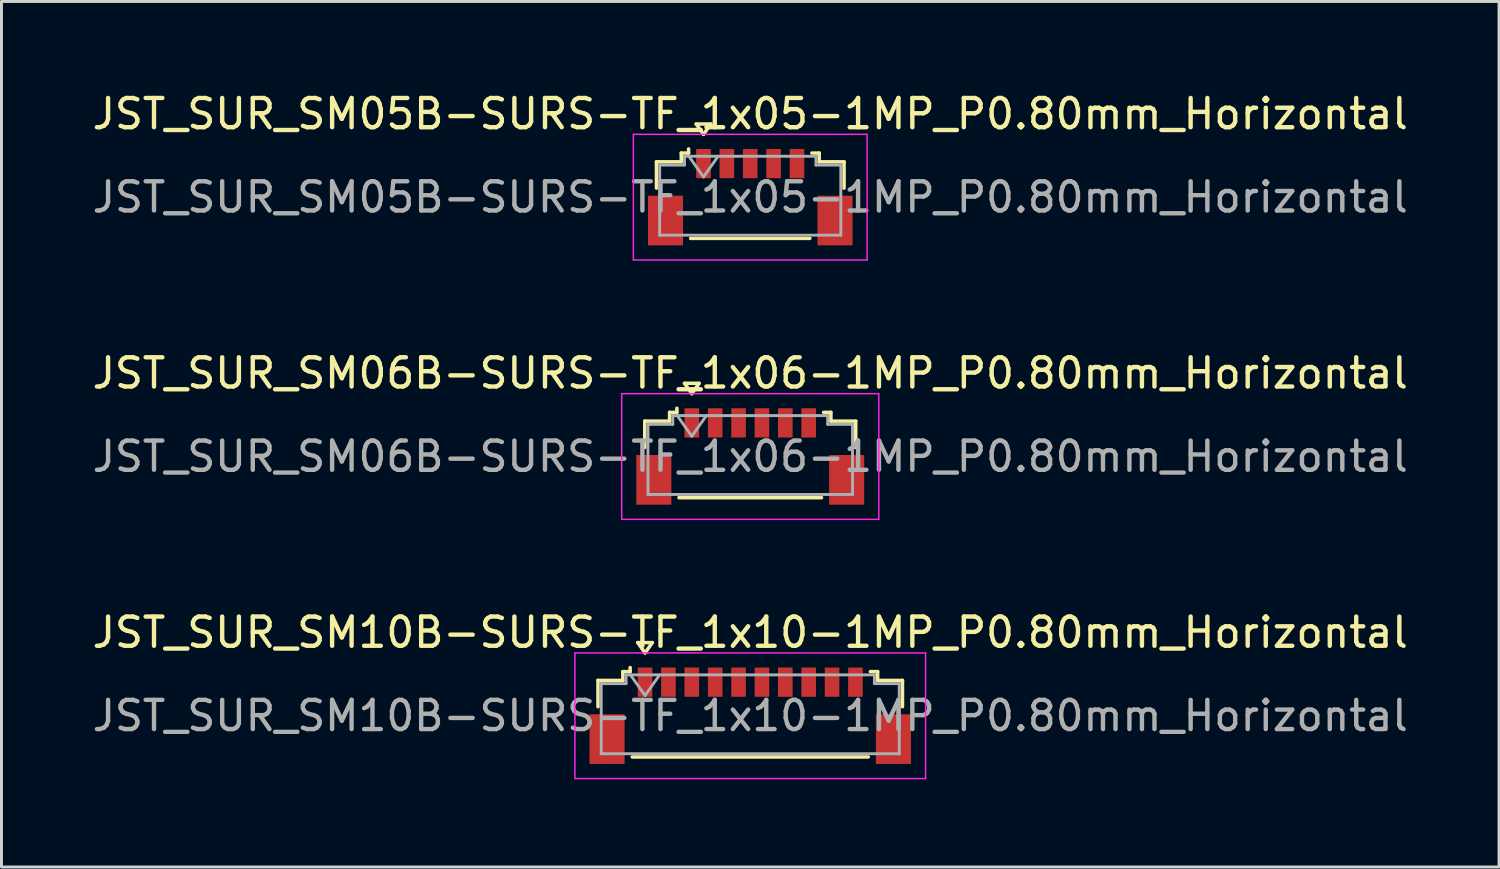
<source format=kicad_pcb>
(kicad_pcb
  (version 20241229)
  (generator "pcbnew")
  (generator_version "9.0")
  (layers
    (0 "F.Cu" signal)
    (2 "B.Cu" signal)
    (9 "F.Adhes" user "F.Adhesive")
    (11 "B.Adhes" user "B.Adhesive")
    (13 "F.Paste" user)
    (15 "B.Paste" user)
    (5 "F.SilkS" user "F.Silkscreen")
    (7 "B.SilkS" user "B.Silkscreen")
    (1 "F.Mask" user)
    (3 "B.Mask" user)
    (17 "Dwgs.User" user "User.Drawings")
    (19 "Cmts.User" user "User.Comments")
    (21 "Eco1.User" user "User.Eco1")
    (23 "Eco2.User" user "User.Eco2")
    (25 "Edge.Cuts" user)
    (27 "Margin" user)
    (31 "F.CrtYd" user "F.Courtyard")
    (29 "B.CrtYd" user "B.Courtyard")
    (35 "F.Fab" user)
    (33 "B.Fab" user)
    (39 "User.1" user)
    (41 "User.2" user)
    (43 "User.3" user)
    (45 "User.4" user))
  (footprint "JST_SUR_SM05B-SURS-TF_1x05-1MP_P0.80mm_Horizontal"
    (layer "F.Cu")
    (at 22.625 3.698)
    (property "Reference" "JST_SUR_SM05B-SURS-TF_1x05-1MP_P0.80mm_Horizontal" (at 0 -2.85 0) (layer "F.SilkS") (effects (font (size 1 1) (thickness 0.15))))
    (attr smd)
    (fp_line (start -3.21 -1.21) (end -2.36 -1.21) (stroke (width 0.12) (type solid)) (layer "F.SilkS"))
    (fp_line (start -3.21 -0.31) (end -3.21 -1.21) (stroke (width 0.12) (type solid)) (layer "F.SilkS"))
    (fp_line (start -2.36 -1.51) (end -2.11 -1.51) (stroke (width 0.12) (type solid)) (layer "F.SilkS"))
    (fp_line (start -2.36 -1.21) (end -2.36 -1.51) (stroke (width 0.12) (type solid)) (layer "F.SilkS"))
    (fp_line (start -2.11 -1.51) (end -2.11 -1.65) (stroke (width 0.12) (type solid)) (layer "F.SilkS"))
    (fp_line (start -2.04 1.41) (end 2.04 1.41) (stroke (width 0.12) (type solid)) (layer "F.SilkS"))
    (fp_line (start -1.85 -2.504) (end -1.6 -2.15) (stroke (width 0.12) (type solid)) (layer "F.SilkS"))
    (fp_line (start -1.6 -2.15) (end -1.35 -2.504) (stroke (width 0.12) (type solid)) (layer "F.SilkS"))
    (fp_line (start -1.35 -2.504) (end -1.85 -2.504) (stroke (width 0.12) (type solid)) (layer "F.SilkS"))
    (fp_line (start 2.36 -1.51) (end 2.11 -1.51) (stroke (width 0.12) (type solid)) (layer "F.SilkS"))
    (fp_line (start 2.36 -1.21) (end 2.36 -1.51) (stroke (width 0.12) (type solid)) (layer "F.SilkS"))
    (fp_line (start 3.21 -1.21) (end 2.36 -1.21) (stroke (width 0.12) (type solid)) (layer "F.SilkS"))
    (fp_line (start 3.21 -0.31) (end 3.21 -1.21) (stroke (width 0.12) (type solid)) (layer "F.SilkS"))
    (fp_line (start -4 -2.15) (end -4 2.15) (stroke (width 0.05) (type solid)) (layer "F.CrtYd"))
    (fp_line (start -4 2.15) (end 4 2.15) (stroke (width 0.05) (type solid)) (layer "F.CrtYd"))
    (fp_line (start 4 -2.15) (end -4 -2.15) (stroke (width 0.05) (type solid)) (layer "F.CrtYd"))
    (fp_line (start 4 2.15) (end 4 -2.15) (stroke (width 0.05) (type solid)) (layer "F.CrtYd"))
    (fp_line (start -3.1 -1.1) (end -3.1 1.3) (stroke (width 0.1) (type solid)) (layer "F.Fab"))
    (fp_line (start -3.1 -1.1) (end -2.25 -1.1) (stroke (width 0.1) (type solid)) (layer "F.Fab"))
    (fp_line (start -3.1 1.3) (end 3.1 1.3) (stroke (width 0.1) (type solid)) (layer "F.Fab"))
    (fp_line (start -2.25 -1.4) (end 2.25 -1.4) (stroke (width 0.1) (type solid)) (layer "F.Fab"))
    (fp_line (start -2.25 -1.1) (end -2.25 -1.4) (stroke (width 0.1) (type solid)) (layer "F.Fab"))
    (fp_line (start -2.1 -1.4) (end -1.6 -0.693) (stroke (width 0.1) (type solid)) (layer "F.Fab"))
    (fp_line (start -1.6 -0.693) (end -1.1 -1.4) (stroke (width 0.1) (type solid)) (layer "F.Fab"))
    (fp_line (start 2.25 -1.4) (end 2.25 -1.1) (stroke (width 0.1) (type solid)) (layer "F.Fab"))
    (fp_line (start 2.25 -1.1) (end 3.1 -1.1) (stroke (width 0.1) (type solid)) (layer "F.Fab"))
    (fp_line (start 3.1 -1.1) (end 3.1 1.3) (stroke (width 0.1) (type solid)) (layer "F.Fab"))
    (fp_text user "${REFERENCE}" (at 0 0 0) (layer "F.Fab") (effects (font (size 1 1) (thickness 0.15))))
    (pad "1" smd rect (at -1.6 -1.15) (size 0.5 1) (layers "F.Cu" "F.Mask" "F.Paste"))
    (pad "2" smd rect (at -0.8 -1.15) (size 0.5 1) (layers "F.Cu" "F.Mask" "F.Paste"))
    (pad "3" smd rect (at 0 -1.15) (size 0.5 1) (layers "F.Cu" "F.Mask" "F.Paste"))
    (pad "4" smd rect (at 0.8 -1.15) (size 0.5 1) (layers "F.Cu" "F.Mask" "F.Paste"))
    (pad "5" smd rect (at 1.6 -1.15) (size 0.5 1) (layers "F.Cu" "F.Mask" "F.Paste"))
    (pad "MP" smd rect (at -2.9 0.8) (size 1.2 1.7) (layers "F.Cu" "F.Mask" "F.Paste"))
    (pad "MP" smd rect (at 2.9 0.8) (size 1.2 1.7) (layers "F.Cu" "F.Mask" "F.Paste")))
  (footprint "JST_SUR_SM10B-SURS-TF_1x10-1MP_P0.80mm_Horizontal"
    (layer "F.Cu")
    (at 22.625 21.445)
    (property "Reference" "JST_SUR_SM10B-SURS-TF_1x10-1MP_P0.80mm_Horizontal" (at 0 -2.85 0) (layer "F.SilkS") (effects (font (size 1 1) (thickness 0.15))))
    (attr smd)
    (fp_line (start -5.21 -1.21) (end -4.36 -1.21) (stroke (width 0.12) (type solid)) (layer "F.SilkS"))
    (fp_line (start -5.21 -0.31) (end -5.21 -1.21) (stroke (width 0.12) (type solid)) (layer "F.SilkS"))
    (fp_line (start -4.36 -1.51) (end -4.11 -1.51) (stroke (width 0.12) (type solid)) (layer "F.SilkS"))
    (fp_line (start -4.36 -1.21) (end -4.36 -1.51) (stroke (width 0.12) (type solid)) (layer "F.SilkS"))
    (fp_line (start -4.11 -1.51) (end -4.11 -1.65) (stroke (width 0.12) (type solid)) (layer "F.SilkS"))
    (fp_line (start -4.04 1.41) (end 4.04 1.41) (stroke (width 0.12) (type solid)) (layer "F.SilkS"))
    (fp_line (start -3.85 -2.504) (end -3.6 -2.15) (stroke (width 0.12) (type solid)) (layer "F.SilkS"))
    (fp_line (start -3.6 -2.15) (end -3.35 -2.504) (stroke (width 0.12) (type solid)) (layer "F.SilkS"))
    (fp_line (start -3.35 -2.504) (end -3.85 -2.504) (stroke (width 0.12) (type solid)) (layer "F.SilkS"))
    (fp_line (start 4.36 -1.51) (end 4.11 -1.51) (stroke (width 0.12) (type solid)) (layer "F.SilkS"))
    (fp_line (start 4.36 -1.21) (end 4.36 -1.51) (stroke (width 0.12) (type solid)) (layer "F.SilkS"))
    (fp_line (start 5.21 -1.21) (end 4.36 -1.21) (stroke (width 0.12) (type solid)) (layer "F.SilkS"))
    (fp_line (start 5.21 -0.31) (end 5.21 -1.21) (stroke (width 0.12) (type solid)) (layer "F.SilkS"))
    (fp_line (start -6 -2.15) (end -6 2.15) (stroke (width 0.05) (type solid)) (layer "F.CrtYd"))
    (fp_line (start -6 2.15) (end 6 2.15) (stroke (width 0.05) (type solid)) (layer "F.CrtYd"))
    (fp_line (start 6 -2.15) (end -6 -2.15) (stroke (width 0.05) (type solid)) (layer "F.CrtYd"))
    (fp_line (start 6 2.15) (end 6 -2.15) (stroke (width 0.05) (type solid)) (layer "F.CrtYd"))
    (fp_line (start -5.1 -1.1) (end -5.1 1.3) (stroke (width 0.1) (type solid)) (layer "F.Fab"))
    (fp_line (start -5.1 -1.1) (end -4.25 -1.1) (stroke (width 0.1) (type solid)) (layer "F.Fab"))
    (fp_line (start -5.1 1.3) (end 5.1 1.3) (stroke (width 0.1) (type solid)) (layer "F.Fab"))
    (fp_line (start -4.25 -1.4) (end 4.25 -1.4) (stroke (width 0.1) (type solid)) (layer "F.Fab"))
    (fp_line (start -4.25 -1.1) (end -4.25 -1.4) (stroke (width 0.1) (type solid)) (layer "F.Fab"))
    (fp_line (start -4.1 -1.4) (end -3.6 -0.693) (stroke (width 0.1) (type solid)) (layer "F.Fab"))
    (fp_line (start -3.6 -0.693) (end -3.1 -1.4) (stroke (width 0.1) (type solid)) (layer "F.Fab"))
    (fp_line (start 4.25 -1.4) (end 4.25 -1.1) (stroke (width 0.1) (type solid)) (layer "F.Fab"))
    (fp_line (start 4.25 -1.1) (end 5.1 -1.1) (stroke (width 0.1) (type solid)) (layer "F.Fab"))
    (fp_line (start 5.1 -1.1) (end 5.1 1.3) (stroke (width 0.1) (type solid)) (layer "F.Fab"))
    (fp_text user "${REFERENCE}" (at 0 0 0) (layer "F.Fab") (effects (font (size 1 1) (thickness 0.15))))
    (pad "1" smd rect (at -3.6 -1.15) (size 0.5 1) (layers "F.Cu" "F.Mask" "F.Paste"))
    (pad "2" smd rect (at -2.8 -1.15) (size 0.5 1) (layers "F.Cu" "F.Mask" "F.Paste"))
    (pad "3" smd rect (at -2 -1.15) (size 0.5 1) (layers "F.Cu" "F.Mask" "F.Paste"))
    (pad "4" smd rect (at -1.2 -1.15) (size 0.5 1) (layers "F.Cu" "F.Mask" "F.Paste"))
    (pad "5" smd rect (at -0.4 -1.15) (size 0.5 1) (layers "F.Cu" "F.Mask" "F.Paste"))
    (pad "6" smd rect (at 0.4 -1.15) (size 0.5 1) (layers "F.Cu" "F.Mask" "F.Paste"))
    (pad "7" smd rect (at 1.2 -1.15) (size 0.5 1) (layers "F.Cu" "F.Mask" "F.Paste"))
    (pad "8" smd rect (at 2 -1.15) (size 0.5 1) (layers "F.Cu" "F.Mask" "F.Paste"))
    (pad "9" smd rect (at 2.8 -1.15) (size 0.5 1) (layers "F.Cu" "F.Mask" "F.Paste"))
    (pad "10" smd rect (at 3.6 -1.15) (size 0.5 1) (layers "F.Cu" "F.Mask" "F.Paste"))
    (pad "MP" smd rect (at -4.9 0.8) (size 1.2 1.7) (layers "F.Cu" "F.Mask" "F.Paste"))
    (pad "MP" smd rect (at 4.9 0.8) (size 1.2 1.7) (layers "F.Cu" "F.Mask" "F.Paste")))
  (footprint "JST_SUR_SM06B-SURS-TF_1x06-1MP_P0.80mm_Horizontal"
    (layer "F.Cu")
    (at 22.625 12.572)
    (property "Reference" "JST_SUR_SM06B-SURS-TF_1x06-1MP_P0.80mm_Horizontal" (at 0 -2.85 0) (layer "F.SilkS") (effects (font (size 1 1) (thickness 0.15))))
    (attr smd)
    (fp_line (start -3.61 -1.21) (end -2.76 -1.21) (stroke (width 0.12) (type solid)) (layer "F.SilkS"))
    (fp_line (start -3.61 -0.31) (end -3.61 -1.21) (stroke (width 0.12) (type solid)) (layer "F.SilkS"))
    (fp_line (start -2.76 -1.51) (end -2.51 -1.51) (stroke (width 0.12) (type solid)) (layer "F.SilkS"))
    (fp_line (start -2.76 -1.21) (end -2.76 -1.51) (stroke (width 0.12) (type solid)) (layer "F.SilkS"))
    (fp_line (start -2.51 -1.51) (end -2.51 -1.65) (stroke (width 0.12) (type solid)) (layer "F.SilkS"))
    (fp_line (start -2.44 1.41) (end 2.44 1.41) (stroke (width 0.12) (type solid)) (layer "F.SilkS"))
    (fp_line (start -2.25 -2.504) (end -2 -2.15) (stroke (width 0.12) (type solid)) (layer "F.SilkS"))
    (fp_line (start -2 -2.15) (end -1.75 -2.504) (stroke (width 0.12) (type solid)) (layer "F.SilkS"))
    (fp_line (start -1.75 -2.504) (end -2.25 -2.504) (stroke (width 0.12) (type solid)) (layer "F.SilkS"))
    (fp_line (start 2.76 -1.51) (end 2.51 -1.51) (stroke (width 0.12) (type solid)) (layer "F.SilkS"))
    (fp_line (start 2.76 -1.21) (end 2.76 -1.51) (stroke (width 0.12) (type solid)) (layer "F.SilkS"))
    (fp_line (start 3.61 -1.21) (end 2.76 -1.21) (stroke (width 0.12) (type solid)) (layer "F.SilkS"))
    (fp_line (start 3.61 -0.31) (end 3.61 -1.21) (stroke (width 0.12) (type solid)) (layer "F.SilkS"))
    (fp_line (start -4.4 -2.15) (end -4.4 2.15) (stroke (width 0.05) (type solid)) (layer "F.CrtYd"))
    (fp_line (start -4.4 2.15) (end 4.4 2.15) (stroke (width 0.05) (type solid)) (layer "F.CrtYd"))
    (fp_line (start 4.4 -2.15) (end -4.4 -2.15) (stroke (width 0.05) (type solid)) (layer "F.CrtYd"))
    (fp_line (start 4.4 2.15) (end 4.4 -2.15) (stroke (width 0.05) (type solid)) (layer "F.CrtYd"))
    (fp_line (start -3.5 -1.1) (end -3.5 1.3) (stroke (width 0.1) (type solid)) (layer "F.Fab"))
    (fp_line (start -3.5 -1.1) (end -2.65 -1.1) (stroke (width 0.1) (type solid)) (layer "F.Fab"))
    (fp_line (start -3.5 1.3) (end 3.5 1.3) (stroke (width 0.1) (type solid)) (layer "F.Fab"))
    (fp_line (start -2.65 -1.4) (end 2.65 -1.4) (stroke (width 0.1) (type solid)) (layer "F.Fab"))
    (fp_line (start -2.65 -1.1) (end -2.65 -1.4) (stroke (width 0.1) (type solid)) (layer "F.Fab"))
    (fp_line (start -2.5 -1.4) (end -2 -0.693) (stroke (width 0.1) (type solid)) (layer "F.Fab"))
    (fp_line (start -2 -0.693) (end -1.5 -1.4) (stroke (width 0.1) (type solid)) (layer "F.Fab"))
    (fp_line (start 2.65 -1.4) (end 2.65 -1.1) (stroke (width 0.1) (type solid)) (layer "F.Fab"))
    (fp_line (start 2.65 -1.1) (end 3.5 -1.1) (stroke (width 0.1) (type solid)) (layer "F.Fab"))
    (fp_line (start 3.5 -1.1) (end 3.5 1.3) (stroke (width 0.1) (type solid)) (layer "F.Fab"))
    (fp_text user "${REFERENCE}" (at 0 0 0) (layer "F.Fab") (effects (font (size 1 1) (thickness 0.15))))
    (pad "1" smd rect (at -2 -1.15) (size 0.5 1) (layers "F.Cu" "F.Mask" "F.Paste"))
    (pad "2" smd rect (at -1.2 -1.15) (size 0.5 1) (layers "F.Cu" "F.Mask" "F.Paste"))
    (pad "3" smd rect (at -0.4 -1.15) (size 0.5 1) (layers "F.Cu" "F.Mask" "F.Paste"))
    (pad "4" smd rect (at 0.4 -1.15) (size 0.5 1) (layers "F.Cu" "F.Mask" "F.Paste"))
    (pad "5" smd rect (at 1.2 -1.15) (size 0.5 1) (layers "F.Cu" "F.Mask" "F.Paste"))
    (pad "6" smd rect (at 2 -1.15) (size 0.5 1) (layers "F.Cu" "F.Mask" "F.Paste"))
    (pad "MP" smd rect (at -3.3 0.8) (size 1.2 1.7) (layers "F.Cu" "F.Mask" "F.Paste"))
    (pad "MP" smd rect (at 3.3 0.8) (size 1.2 1.7) (layers "F.Cu" "F.Mask" "F.Paste")))
  (gr_rect
    (start -3 -3)
    (end 48.25 26.62)
    (stroke (width 0.1) (type default))
    (fill no)
    (layer "Edge.Cuts")))
</source>
